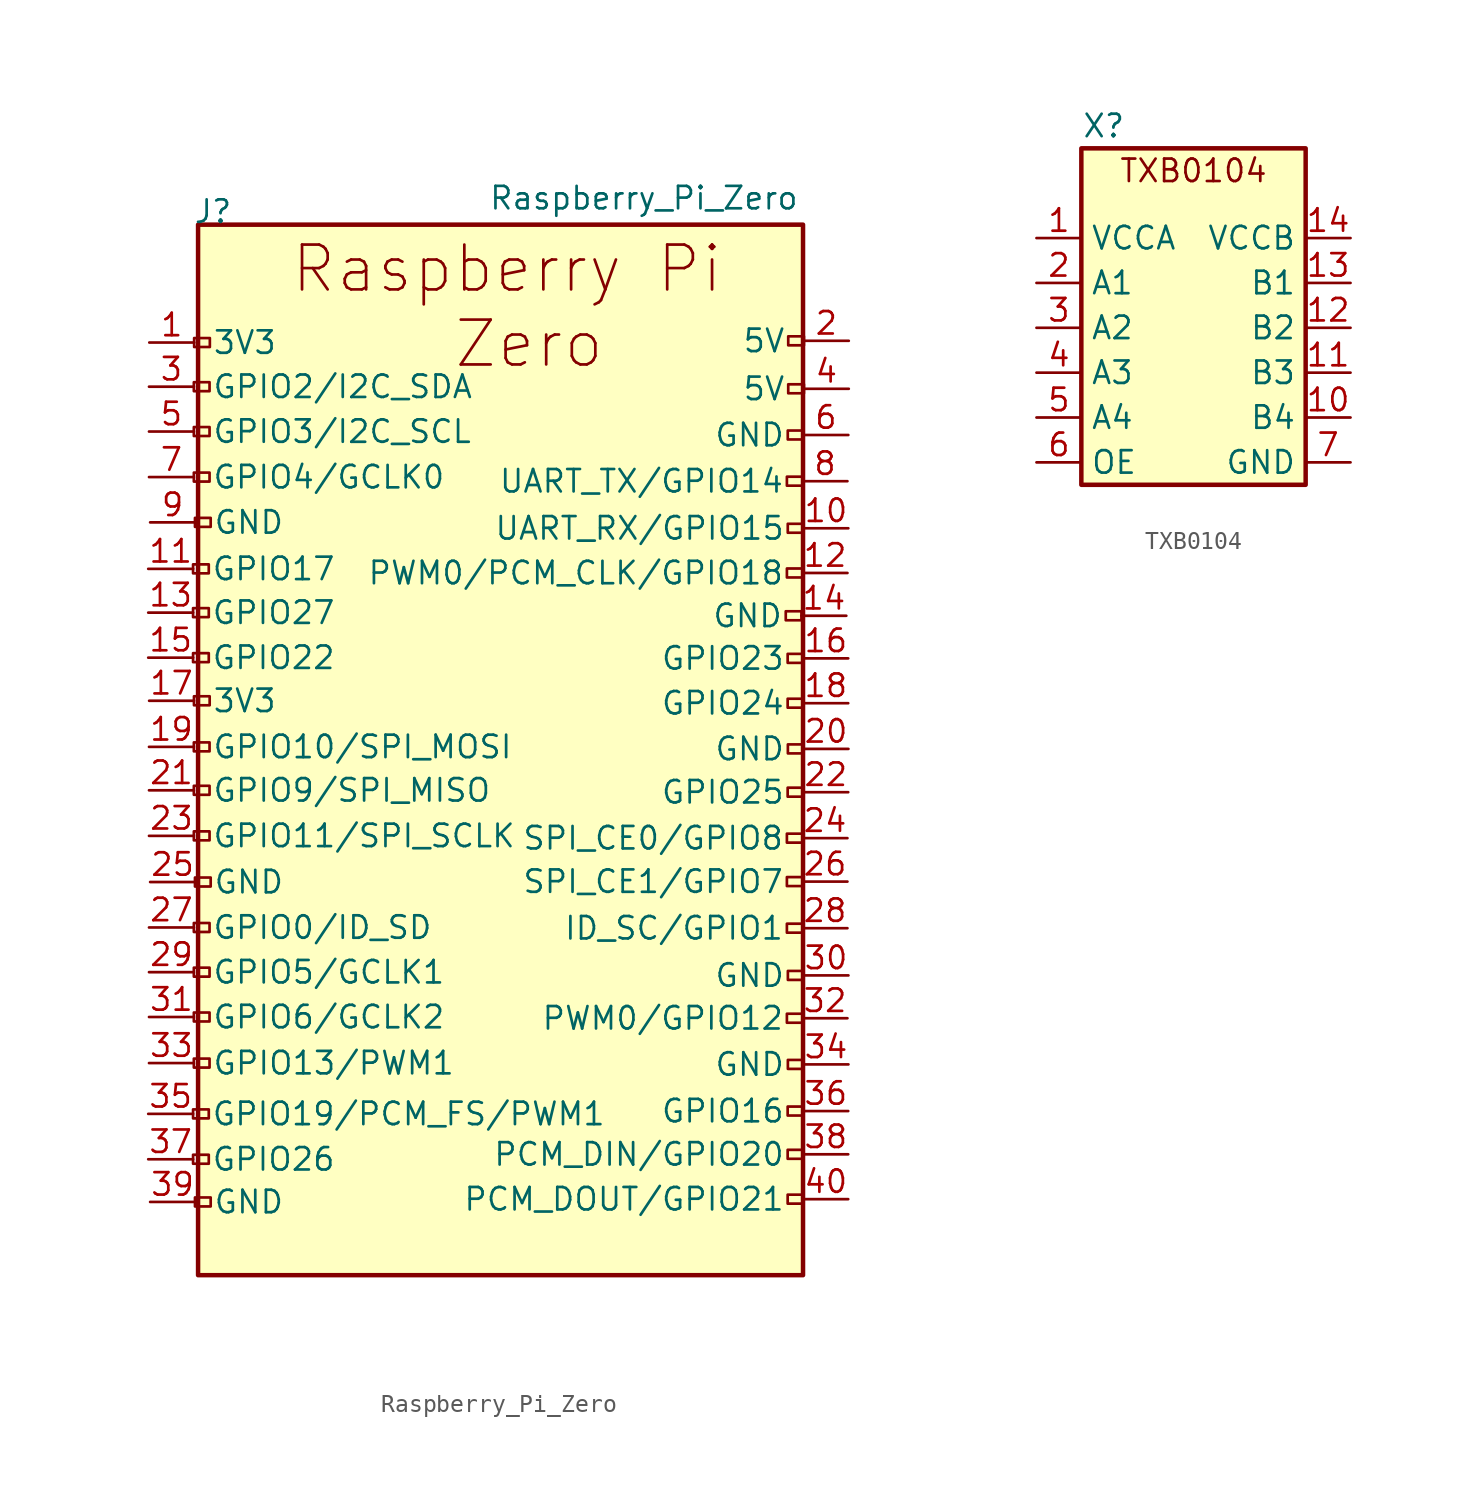
<source format=kicad_sym>
(kicad_symbol_lib
  (version 20220914)
  (generator kicad_symbol_editor)
  (symbol "Raspberry_Pi_Zero"
    (pin_names
      (offset 1.016))
    (property "Reference" "J"
      (at -17.78 31.75 0)
      (effects (font (size 1.27 1.27)) (justify left bottom)))
    (property "Value" "Raspberry_Pi_Zero"
      (at 7.75 34 0)
      (effects (font (size 1.27 1.27)) (justify top)))
    (symbol "Raspberry_Pi_Zero_0_0"
      (text "Raspberry Pi" (at 0 29.25 0) (effects (font (size 2.54 2.54))))
      (text "Zero" (at 1.25 25 0) (effects (font (size 2.54 2.54)))))
    (symbol "Raspberry_Pi_Zero_0_1"
      (rectangle (start -17.5 31.75) (end 16.764 -27.75) (stroke (width 0.254) (type default)) (fill (type background))))
    (symbol "Raspberry_Pi_Zero_1_1"
      (rectangle (start -16.894 -20.93) (end -17.783 -21.438) (stroke (width 0) (type default)) (fill (type none)))
      (rectangle (start -16.894 -18.36) (end -17.783 -18.868) (stroke (width 0) (type default)) (fill (type none)))
      (rectangle (start -16.894 7.48) (end -17.783 6.972) (stroke (width 0) (type default)) (fill (type none)))
      (rectangle (start -16.894 10.03) (end -17.783 9.522) (stroke (width 0) (type default)) (fill (type none)))
      (rectangle (start -16.894 12.51) (end -17.783 12.002) (stroke (width 0) (type default)) (fill (type none)))
      (rectangle (start -16.85 -15.991) (end -17.739 -15.483) (stroke (width 0) (type default)) (fill (type none)))
      (rectangle (start -16.85 -13.381) (end -17.739 -12.873) (stroke (width 0) (type default)) (fill (type none)))
      (rectangle (start -16.85 -10.841) (end -17.739 -10.333) (stroke (width 0) (type default)) (fill (type none)))
      (rectangle (start -16.85 -8.311) (end -17.739 -7.803) (stroke (width 0) (type default)) (fill (type none)))
      (rectangle (start -16.85 -3.121) (end -17.739 -2.613) (stroke (width 0) (type default)) (fill (type none)))
      (rectangle (start -16.85 -0.541) (end -17.739 -0.033) (stroke (width 0) (type default)) (fill (type none)))
      (rectangle (start -16.85 1.919) (end -17.739 2.427) (stroke (width 0) (type default)) (fill (type none)))
      (rectangle (start -16.85 17.199) (end -17.739 17.707) (stroke (width 0) (type default)) (fill (type none)))
      (rectangle (start -16.85 19.779) (end -17.739 20.287) (stroke (width 0) (type default)) (fill (type none)))
      (rectangle (start -16.85 22.319) (end -17.739 22.827) (stroke (width 0) (type default)) (fill (type none)))
      (rectangle (start -16.843 4.53) (end -17.732 5.038) (stroke (width 0) (type default)) (fill (type none)))
      (rectangle (start -16.833 24.82) (end -17.722 25.328) (stroke (width 0) (type default)) (fill (type none)))
      (rectangle (start -16.786 -23.348) (end -17.675 -23.856) (stroke (width 0) (type default)) (fill (type none)))
      (rectangle (start -16.786 -5.228) (end -17.675 -5.736) (stroke (width 0) (type default)) (fill (type none)))
      (rectangle (start -16.786 15.142) (end -17.675 14.634) (stroke (width 0) (type default)) (fill (type none)))
      (rectangle (start 16.675 9.344) (end 15.786 9.852) (stroke (width 0) (type default)) (fill (type none)))
      (rectangle (start 16.739 16.967) (end 15.85 17.475) (stroke (width 0) (type default)) (fill (type none)))
      (rectangle (start 16.739 -12.943) (end 15.85 -13.451) (stroke (width 0) (type default)) (fill (type none)))
      (rectangle (start 16.739 -7.843) (end 15.85 -8.351) (stroke (width 0) (type default)) (fill (type none)))
      (rectangle (start 16.739 -5.203) (end 15.85 -5.711) (stroke (width 0) (type default)) (fill (type none)))
      (rectangle (start 16.739 -2.743) (end 15.85 -3.251) (stroke (width 0) (type default)) (fill (type none)))
      (rectangle (start 16.74 11.768) (end 15.851 12.276) (stroke (width 0) (type default)) (fill (type none)))
      (rectangle (start 16.783 -23.698) (end 15.894 -23.19) (stroke (width 0) (type default)) (fill (type none)))
      (rectangle (start 16.783 -21.158) (end 15.894 -20.65) (stroke (width 0) (type default)) (fill (type none)))
      (rectangle (start 16.783 -18.708) (end 15.894 -18.2) (stroke (width 0) (type default)) (fill (type none)))
      (rectangle (start 16.783 -0.648) (end 15.894 -0.14) (stroke (width 0) (type default)) (fill (type none)))
      (rectangle (start 16.783 4.392) (end 15.894 4.9) (stroke (width 0) (type default)) (fill (type none)))
      (rectangle (start 16.783 6.932) (end 15.894 7.44) (stroke (width 0) (type default)) (fill (type none)))
      (rectangle (start 16.789 14.3) (end 15.9 14.808) (stroke (width 0) (type default)) (fill (type none)))
      (rectangle (start 16.789 19.583) (end 15.9 20.091) (stroke (width 0) (type default)) (fill (type none)))
      (rectangle (start 16.795 -16.066) (end 15.906 -15.558) (stroke (width 0) (type default)) (fill (type none)))
      (rectangle (start 16.795 -11.026) (end 15.906 -10.518) (stroke (width 0) (type default)) (fill (type none)))
      (rectangle (start 16.795 1.804) (end 15.906 2.312) (stroke (width 0) (type default)) (fill (type none)))
      (rectangle (start 16.815 22.708) (end 15.926 22.2) (stroke (width 0) (type default)) (fill (type none)))
      (rectangle (start 16.815 25.425) (end 15.926 24.917) (stroke (width 0) (type default)) (fill (type none)))
      (pin power_in line (at -20.262 25.074 0) (length 2.54) (name "3V3" (effects (font (size 1.27 1.27)))) (number "1" (effects (font (size 1.27 1.27)))))
      (pin bidirectional line (at 19.329 14.554 180) (length 2.54) (name "UART_RX/GPIO15" (effects (font (size 1.27 1.27)))) (number "10" (effects (font (size 1.27 1.27)))))
      (pin bidirectional line (at -20.323 12.256 0) (length 2.54) (name "GPIO17" (effects (font (size 1.27 1.27)))) (number "11" (effects (font (size 1.27 1.27)))))
      (pin bidirectional line (at 19.28 12.022 180) (length 2.54) (name "PWM0/PCM_CLK/GPIO18" (effects (font (size 1.27 1.27)))) (number "12" (effects (font (size 1.27 1.27)))))
      (pin bidirectional line (at -20.323 9.776 0) (length 2.54) (name "GPIO27" (effects (font (size 1.27 1.27)))) (number "13" (effects (font (size 1.27 1.27)))))
      (pin power_in line (at 19.215 9.598 180) (length 2.54) (name "GND" (effects (font (size 1.27 1.27)))) (number "14" (effects (font (size 1.27 1.27)))))
      (pin bidirectional line (at -20.323 7.226 0) (length 2.54) (name "GPIO22" (effects (font (size 1.27 1.27)))) (number "15" (effects (font (size 1.27 1.27)))))
      (pin bidirectional line (at 19.323 7.186 180) (length 2.54) (name "GPIO23" (effects (font (size 1.27 1.27)))) (number "16" (effects (font (size 1.27 1.27)))))
      (pin power_in line (at -20.272 4.784 0) (length 2.54) (name "3V3" (effects (font (size 1.27 1.27)))) (number "17" (effects (font (size 1.27 1.27)))))
      (pin bidirectional line (at 19.323 4.646 180) (length 2.54) (name "GPIO24" (effects (font (size 1.27 1.27)))) (number "18" (effects (font (size 1.27 1.27)))))
      (pin bidirectional line (at -20.279 2.173 0) (length 2.54) (name "GPIO10/SPI_MOSI" (effects (font (size 1.27 1.27)))) (number "19" (effects (font (size 1.27 1.27)))))
      (pin power_in line (at 19.355 25.171 180) (length 2.54) (name "5V" (effects (font (size 1.27 1.27)))) (number "2" (effects (font (size 1.27 1.27)))))
      (pin power_in line (at 19.335 2.058 180) (length 2.54) (name "GND" (effects (font (size 1.27 1.27)))) (number "20" (effects (font (size 1.27 1.27)))))
      (pin bidirectional line (at -20.279 -0.287 0) (length 2.54) (name "GPIO9/SPI_MISO" (effects (font (size 1.27 1.27)))) (number "21" (effects (font (size 1.27 1.27)))))
      (pin bidirectional line (at 19.323 -0.394 180) (length 2.54) (name "GPIO25" (effects (font (size 1.27 1.27)))) (number "22" (effects (font (size 1.27 1.27)))))
      (pin bidirectional line (at -20.279 -2.867 0) (length 2.54) (name "GPIO11/SPI_SCLK" (effects (font (size 1.27 1.27)))) (number "23" (effects (font (size 1.27 1.27)))))
      (pin bidirectional line (at 19.279 -2.997 180) (length 2.54) (name "SPI_CE0/GPIO8" (effects (font (size 1.27 1.27)))) (number "24" (effects (font (size 1.27 1.27)))))
      (pin power_in line (at -20.215 -5.482 0) (length 2.54) (name "GND" (effects (font (size 1.27 1.27)))) (number "25" (effects (font (size 1.27 1.27)))))
      (pin bidirectional line (at 19.279 -5.457 180) (length 2.54) (name "SPI_CE1/GPIO7" (effects (font (size 1.27 1.27)))) (number "26" (effects (font (size 1.27 1.27)))))
      (pin bidirectional line (at -20.279 -8.057 0) (length 2.54) (name "GPIO0/ID_SD" (effects (font (size 1.27 1.27)))) (number "27" (effects (font (size 1.27 1.27)))))
      (pin bidirectional line (at 19.279 -8.097 180) (length 2.54) (name "ID_SC/GPIO1" (effects (font (size 1.27 1.27)))) (number "28" (effects (font (size 1.27 1.27)))))
      (pin bidirectional line (at -20.279 -10.587 0) (length 2.54) (name "GPIO5/GCLK1" (effects (font (size 1.27 1.27)))) (number "29" (effects (font (size 1.27 1.27)))))
      (pin bidirectional line (at -20.279 22.573 0) (length 2.54) (name "GPIO2/I2C_SDA" (effects (font (size 1.27 1.27)))) (number "3" (effects (font (size 1.27 1.27)))))
      (pin power_in line (at 19.335 -10.772 180) (length 2.54) (name "GND" (effects (font (size 1.27 1.27)))) (number "30" (effects (font (size 1.27 1.27)))))
      (pin bidirectional line (at -20.279 -13.127 0) (length 2.54) (name "GPIO6/GCLK2" (effects (font (size 1.27 1.27)))) (number "31" (effects (font (size 1.27 1.27)))))
      (pin bidirectional line (at 19.279 -13.197 180) (length 2.54) (name "PWM0/GPIO12" (effects (font (size 1.27 1.27)))) (number "32" (effects (font (size 1.27 1.27)))))
      (pin bidirectional line (at -20.279 -15.737 0) (length 2.54) (name "GPIO13/PWM1" (effects (font (size 1.27 1.27)))) (number "33" (effects (font (size 1.27 1.27)))))
      (pin power_in line (at 19.335 -15.812 180) (length 2.54) (name "GND" (effects (font (size 1.27 1.27)))) (number "34" (effects (font (size 1.27 1.27)))))
      (pin bidirectional line (at -20.323 -18.614 0) (length 2.54) (name "GPIO19/PCM_FS/PWM1" (effects (font (size 1.27 1.27)))) (number "35" (effects (font (size 1.27 1.27)))))
      (pin bidirectional line (at 19.323 -18.454 180) (length 2.54) (name "GPIO16" (effects (font (size 1.27 1.27)))) (number "36" (effects (font (size 1.27 1.27)))))
      (pin bidirectional line (at -20.323 -21.184 0) (length 2.54) (name "GPIO26" (effects (font (size 1.27 1.27)))) (number "37" (effects (font (size 1.27 1.27)))))
      (pin bidirectional line (at 19.323 -20.904 180) (length 2.54) (name "PCM_DIN/GPIO20" (effects (font (size 1.27 1.27)))) (number "38" (effects (font (size 1.27 1.27)))))
      (pin power_in line (at -20.215 -23.602 0) (length 2.54) (name "GND" (effects (font (size 1.27 1.27)))) (number "39" (effects (font (size 1.27 1.27)))))
      (pin power_in line (at 19.355 22.454 180) (length 2.54) (name "5V" (effects (font (size 1.27 1.27)))) (number "4" (effects (font (size 1.27 1.27)))))
      (pin bidirectional line (at 19.323 -23.444 180) (length 2.54) (name "PCM_DOUT/GPIO21" (effects (font (size 1.27 1.27)))) (number "40" (effects (font (size 1.27 1.27)))))
      (pin bidirectional line (at -20.279 20.033 0) (length 2.54) (name "GPIO3/I2C_SCL" (effects (font (size 1.27 1.27)))) (number "5" (effects (font (size 1.27 1.27)))))
      (pin power_in line (at 19.329 19.837 180) (length 2.54) (name "GND" (effects (font (size 1.27 1.27)))) (number "6" (effects (font (size 1.27 1.27)))))
      (pin bidirectional line (at -20.279 17.453 0) (length 2.54) (name "GPIO4/GCLK0" (effects (font (size 1.27 1.27)))) (number "7" (effects (font (size 1.27 1.27)))))
      (pin bidirectional line (at 19.279 17.221 180) (length 2.54) (name "UART_TX/GPIO14" (effects (font (size 1.27 1.27)))) (number "8" (effects (font (size 1.27 1.27)))))
      (pin power_in line (at -20.215 14.888 0) (length 2.54) (name "GND" (effects (font (size 1.27 1.27)))) (number "9" (effects (font (size 1.27 1.27)))))))
  (symbol "TXB0104"
    (property "Reference" "X"
      (at -6.35 16.51 0)
      (effects (font (size 1.27 1.27))))
    (property "Value" ""
      (at 0 0 0)
      (effects (font (size 1.27 1.27))))
    (symbol "TXB0104_0_1"
      (rectangle (start -7.62 15.24) (end 5.08 -3.81) (stroke (width 0.254) (type default)) (fill (type background))))
    (symbol "TXB0104_1_1"
      (text "TXB0104" (at -1.27 13.97 0) (effects (font (size 1.27 1.27))))
      (pin power_in line (at -10.16 10.16 0) (length 2.54) (name "VCCA" (effects (font (size 1.27 1.27)))) (number "1" (effects (font (size 1.27 1.27)))))
      (pin bidirectional line (at 7.62 0 180) (length 2.54) (name "B4" (effects (font (size 1.27 1.27)))) (number "10" (effects (font (size 1.27 1.27)))))
      (pin bidirectional line (at 7.62 2.54 180) (length 2.54) (name "B3" (effects (font (size 1.27 1.27)))) (number "11" (effects (font (size 1.27 1.27)))))
      (pin bidirectional line (at 7.62 5.08 180) (length 2.54) (name "B2" (effects (font (size 1.27 1.27)))) (number "12" (effects (font (size 1.27 1.27)))))
      (pin bidirectional line (at 7.62 7.62 180) (length 2.54) (name "B1" (effects (font (size 1.27 1.27)))) (number "13" (effects (font (size 1.27 1.27)))))
      (pin power_in line (at 7.62 10.16 180) (length 2.54) (name "VCCB" (effects (font (size 1.27 1.27)))) (number "14" (effects (font (size 1.27 1.27)))))
      (pin bidirectional line (at -10.16 7.62 0) (length 2.54) (name "A1" (effects (font (size 1.27 1.27)))) (number "2" (effects (font (size 1.27 1.27)))))
      (pin bidirectional line (at -10.16 5.08 0) (length 2.54) (name "A2" (effects (font (size 1.27 1.27)))) (number "3" (effects (font (size 1.27 1.27)))))
      (pin bidirectional line (at -10.16 2.54 0) (length 2.54) (name "A3" (effects (font (size 1.27 1.27)))) (number "4" (effects (font (size 1.27 1.27)))))
      (pin bidirectional line (at -10.16 0 0) (length 2.54) (name "A4" (effects (font (size 1.27 1.27)))) (number "5" (effects (font (size 1.27 1.27)))))
      (pin input line (at -10.16 -2.54 0) (length 2.54) (name "OE" (effects (font (size 1.27 1.27)))) (number "6" (effects (font (size 1.27 1.27)))))
      (pin power_in line (at 7.62 -2.54 180) (length 2.54) (name "GND" (effects (font (size 1.27 1.27)))) (number "7" (effects (font (size 1.27 1.27))))))))
</source>
